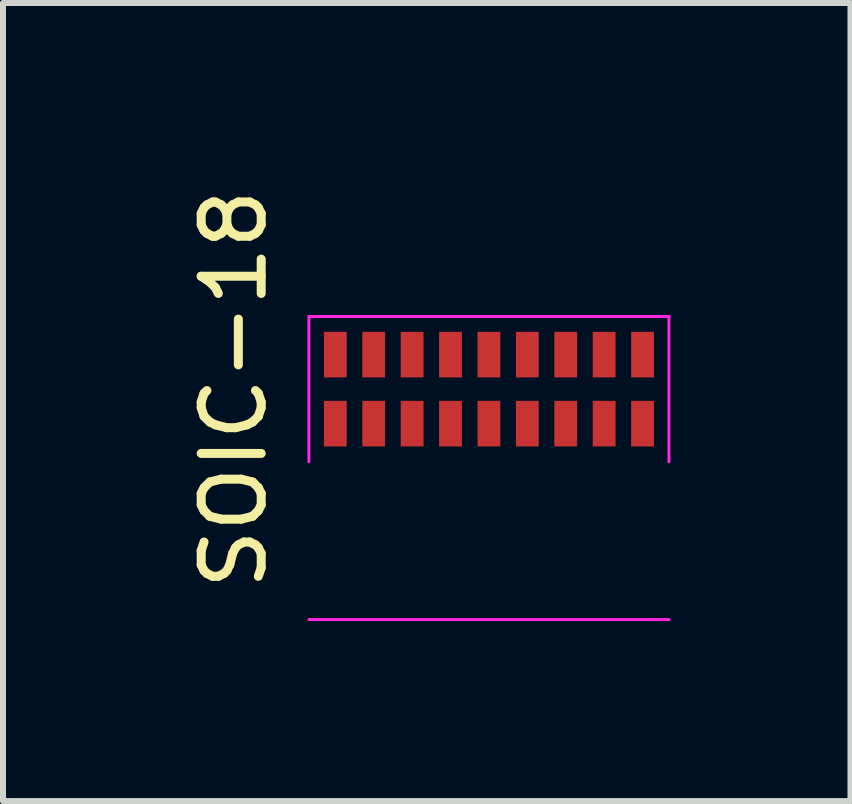
<source format=kicad_pcb>
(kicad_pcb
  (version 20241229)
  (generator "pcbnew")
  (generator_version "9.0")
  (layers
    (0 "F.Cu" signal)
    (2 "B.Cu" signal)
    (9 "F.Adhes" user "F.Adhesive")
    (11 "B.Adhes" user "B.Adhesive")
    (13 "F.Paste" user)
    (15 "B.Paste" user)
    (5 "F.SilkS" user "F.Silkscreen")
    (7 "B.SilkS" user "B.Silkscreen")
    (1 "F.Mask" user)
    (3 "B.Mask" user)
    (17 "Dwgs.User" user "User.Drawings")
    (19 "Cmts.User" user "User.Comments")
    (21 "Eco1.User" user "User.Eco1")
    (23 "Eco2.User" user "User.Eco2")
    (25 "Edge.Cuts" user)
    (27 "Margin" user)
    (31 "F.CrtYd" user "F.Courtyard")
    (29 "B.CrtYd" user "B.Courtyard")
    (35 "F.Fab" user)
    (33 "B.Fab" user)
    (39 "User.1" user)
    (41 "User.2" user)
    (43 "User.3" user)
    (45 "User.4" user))
  (footprint "SOIC-18"
    (layer "F.Cu")
    (at 5.098 3.435)
    (property "Reference" "SOIC-18" (at -4.25 0 90) (layer "F.SilkS") (effects (font (size 1 1) (thickness 0.15))))
    (attr smd)
    (fp_line (start -3 -1.21) (end 3 -1.21) (stroke (width 0.05) (type solid)) (layer "F.CrtYd"))
    (fp_line (start -3 1.21) (end -3 -1.21) (stroke (width 0.05) (type solid)) (layer "F.CrtYd"))
    (fp_line (start 3 -1.21) (end 3 1.21) (stroke (width 0.05) (type solid)) (layer "F.CrtYd"))
    (fp_line (start 3 3.84) (end -3 3.84) (stroke (width 0.05) (type solid)) (layer "F.CrtYd"))
    (pad "1" smd rect (at -2.56 0.575) (size 0.38 0.76) (layers "F.Cu" "F.Mask" "F.Paste"))
    (pad "2" smd rect (at -1.92 0.575) (size 0.38 0.76) (layers "F.Cu" "F.Mask" "F.Paste"))
    (pad "3" smd rect (at -1.28 0.575) (size 0.38 0.76) (layers "F.Cu" "F.Mask" "F.Paste"))
    (pad "4" smd rect (at -0.64 0.575) (size 0.38 0.76) (layers "F.Cu" "F.Mask" "F.Paste"))
    (pad "5" smd rect (at 0 0.575) (size 0.38 0.76) (layers "F.Cu" "F.Mask" "F.Paste"))
    (pad "6" smd rect (at 0.64 0.575) (size 0.38 0.76) (layers "F.Cu" "F.Mask" "F.Paste"))
    (pad "7" smd rect (at 1.28 0.575) (size 0.38 0.76) (layers "F.Cu" "F.Mask" "F.Paste"))
    (pad "8" smd rect (at 1.92 0.575) (size 0.38 0.76) (layers "F.Cu" "F.Mask" "F.Paste"))
    (pad "9" smd rect (at 2.56 0.575) (size 0.38 0.76) (layers "F.Cu" "F.Mask" "F.Paste"))
    (pad "10" smd rect (at 2.56 -0.575) (size 0.38 0.76) (layers "F.Cu" "F.Mask" "F.Paste"))
    (pad "11" smd rect (at 1.92 -0.575) (size 0.38 0.76) (layers "F.Cu" "F.Mask" "F.Paste"))
    (pad "12" smd rect (at 1.28 -0.575) (size 0.38 0.76) (layers "F.Cu" "F.Mask" "F.Paste"))
    (pad "13" smd rect (at 0.64 -0.575) (size 0.38 0.76) (layers "F.Cu" "F.Mask" "F.Paste"))
    (pad "14" smd rect (at 0 -0.575) (size 0.38 0.76) (layers "F.Cu" "F.Mask" "F.Paste"))
    (pad "15" smd rect (at -0.64 -0.575) (size 0.38 0.76) (layers "F.Cu" "F.Mask" "F.Paste"))
    (pad "16" smd rect (at -1.28 -0.575) (size 0.38 0.76) (layers "F.Cu" "F.Mask" "F.Paste"))
    (pad "17" smd rect (at -1.92 -0.575) (size 0.38 0.76) (layers "F.Cu" "F.Mask" "F.Paste"))
    (pad "18" smd rect (at -2.56 -0.575) (size 0.38 0.76) (layers "F.Cu" "F.Mask" "F.Paste")))
  (gr_rect
    (start -3 -3)
    (end 11.123 10.3)
    (stroke (width 0.1) (type default))
    (fill no)
    (layer "Edge.Cuts")))
</source>
